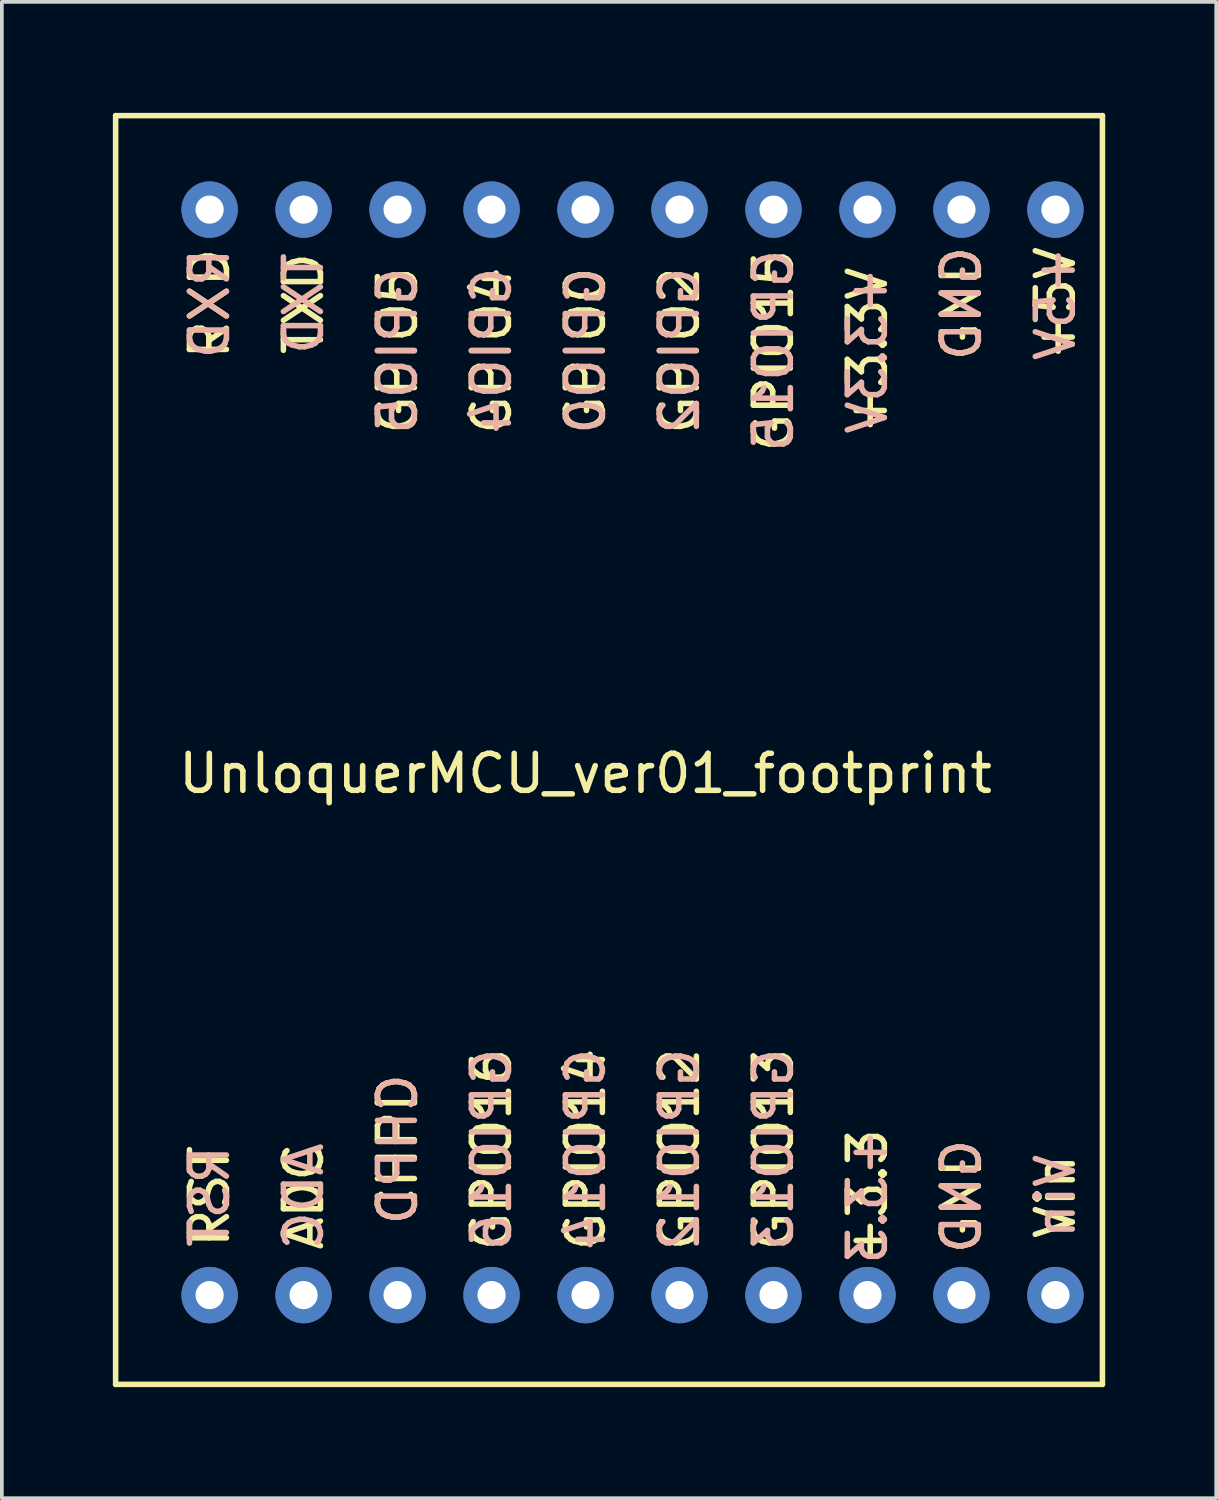
<source format=kicad_pcb>
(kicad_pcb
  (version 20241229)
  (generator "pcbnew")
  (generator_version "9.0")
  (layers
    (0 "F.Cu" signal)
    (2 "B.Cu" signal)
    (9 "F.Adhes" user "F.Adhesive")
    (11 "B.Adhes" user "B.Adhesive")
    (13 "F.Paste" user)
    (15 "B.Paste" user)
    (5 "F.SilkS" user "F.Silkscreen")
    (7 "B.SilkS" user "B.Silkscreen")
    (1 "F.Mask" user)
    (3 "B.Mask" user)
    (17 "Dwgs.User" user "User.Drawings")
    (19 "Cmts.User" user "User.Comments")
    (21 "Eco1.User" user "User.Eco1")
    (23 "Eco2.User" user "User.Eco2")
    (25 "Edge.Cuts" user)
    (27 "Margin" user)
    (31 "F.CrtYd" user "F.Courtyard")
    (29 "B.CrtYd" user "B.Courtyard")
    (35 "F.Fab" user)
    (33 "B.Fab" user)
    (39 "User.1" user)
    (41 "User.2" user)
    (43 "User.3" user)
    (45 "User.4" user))
  (footprint "UnloquerMCU_ver01_footprint"
    (layer "F.Cu")
    (at 12.775 20.395)
    (property "Reference" "UnloquerMCU_ver01_footprint" (at 0 -2.54 0) (layer "F.SilkS") (effects (font (size 1 1) (thickness 0.15))))
    (attr through_hole)
    (fp_line (start -12.7 -20.32) (end 13.97 -20.32) (stroke (width 0.15) (type solid)) (layer "F.SilkS"))
    (fp_line (start -12.7 13.97) (end -12.7 -20.32) (stroke (width 0.15) (type solid)) (layer "F.SilkS"))
    (fp_line (start 13.97 -20.32) (end 13.97 13.97) (stroke (width 0.15) (type solid)) (layer "F.SilkS"))
    (fp_line (start 13.97 13.97) (end -12.7 13.97) (stroke (width 0.15) (type solid)) (layer "F.SilkS"))
    (fp_text user "+3.3V" (at 7.62 -13.97 90) (layer "F.SilkS") (effects (font (size 1 1) (thickness 0.15))))
    (fp_text user "CHPD" (at -5.08 7.62 90) (layer "F.SilkS") (effects (font (size 1 1) (thickness 0.15))))
    (fp_text user "Vin" (at 12.7 8.89 90) (layer "F.SilkS") (effects (font (size 1 1) (thickness 0.15))))
    (fp_text user "GPIO12" (at 2.54 7.62 90) (layer "F.SilkS") (effects (font (size 1 1) (thickness 0.15))))
    (fp_text user "GPIO15" (at 5.08 -13.97 90) (layer "F.SilkS") (effects (font (size 1 1) (thickness 0.15))))
    (fp_text user "GND" (at 10.16 8.89 90) (layer "F.SilkS") (effects (font (size 1 1) (thickness 0.15))))
    (fp_text user "GPIO14" (at 0 7.62 90) (layer "F.SilkS") (effects (font (size 1 1) (thickness 0.15))))
    (fp_text user "ADC" (at -7.62 8.89 90) (layer "F.SilkS") (effects (font (size 1 1) (thickness 0.15))))
    (fp_text user "TXD" (at -7.62 -15.24 90) (layer "F.SilkS") (effects (font (size 1 1) (thickness 0.15))))
    (fp_text user "RST" (at -10.16 8.89 90) (layer "F.SilkS") (effects (font (size 1 1) (thickness 0.15))))
    (fp_text user "GPIO13" (at 5.08 7.62 90) (layer "F.SilkS") (effects (font (size 1 1) (thickness 0.15))))
    (fp_text user "GPIO0" (at 0 -13.97 90) (layer "F.SilkS") (effects (font (size 1 1) (thickness 0.15))))
    (fp_text user "+3.3" (at 7.62 8.89 90) (layer "F.SilkS") (effects (font (size 1 1) (thickness 0.15))))
    (fp_text user "+5V" (at 12.7 -15.24 90) (layer "F.SilkS") (effects (font (size 1 1) (thickness 0.15))))
    (fp_text user "RXD" (at -10.16 -15.24 90) (layer "F.SilkS") (effects (font (size 1 1) (thickness 0.15))))
    (fp_text user "GPIO2" (at 2.54 -13.97 90) (layer "F.SilkS") (effects (font (size 1 1) (thickness 0.15))))
    (fp_text user "GPIO16" (at -2.54 7.62 90) (layer "F.SilkS") (effects (font (size 1 1) (thickness 0.15))))
    (fp_text user "GPIO5" (at -5.08 -13.97 90) (layer "F.SilkS") (effects (font (size 1 1) (thickness 0.15))))
    (fp_text user "GND" (at 10.16 -15.24 90) (layer "F.SilkS") (effects (font (size 1 1) (thickness 0.15))))
    (fp_text user "GPIO4" (at -2.54 -13.97 90) (layer "F.SilkS") (effects (font (size 1 1) (thickness 0.15))))
    (fp_text user "GPIO14" (at 0 7.62 90) (layer "B.SilkS") (effects (font (size 1 1) (thickness 0.15)) (justify mirror)))
    (fp_text user "CHPD" (at -5.08 7.62 90) (layer "B.SilkS") (effects (font (size 1 1) (thickness 0.15)) (justify mirror)))
    (fp_text user "+3.3" (at 7.62 8.89 90) (layer "B.SilkS") (effects (font (size 1 1) (thickness 0.15)) (justify mirror)))
    (fp_text user "+3.3V" (at 7.62 -13.97 90) (layer "B.SilkS") (effects (font (size 1 1) (thickness 0.15)) (justify mirror)))
    (fp_text user "GND" (at 10.16 -15.24 90) (layer "B.SilkS") (effects (font (size 1 1) (thickness 0.15)) (justify mirror)))
    (fp_text user "ADC" (at -7.62 8.89 90) (layer "B.SilkS") (effects (font (size 1 1) (thickness 0.15)) (justify mirror)))
    (fp_text user "GPIO15" (at 5.08 -13.97 90) (layer "B.SilkS") (effects (font (size 1 1) (thickness 0.15)) (justify mirror)))
    (fp_text user "GPIO0" (at 0 -13.97 90) (layer "B.SilkS") (effects (font (size 1 1) (thickness 0.15)) (justify mirror)))
    (fp_text user "GPIO13" (at 5.08 7.62 90) (layer "B.SilkS") (effects (font (size 1 1) (thickness 0.15)) (justify mirror)))
    (fp_text user "RXD" (at -10.16 -15.24 90) (layer "B.SilkS") (effects (font (size 1 1) (thickness 0.15)) (justify mirror)))
    (fp_text user "RST" (at -10.16 8.89 90) (layer "B.SilkS") (effects (font (size 1 1) (thickness 0.15)) (justify mirror)))
    (fp_text user "TXD" (at -7.62 -15.24 90) (layer "B.SilkS") (effects (font (size 1 1) (thickness 0.15)) (justify mirror)))
    (fp_text user "GPIO5" (at -5.08 -13.97 90) (layer "B.SilkS") (effects (font (size 1 1) (thickness 0.15)) (justify mirror)))
    (fp_text user "GPIO12" (at 2.54 7.62 90) (layer "B.SilkS") (effects (font (size 1 1) (thickness 0.15)) (justify mirror)))
    (fp_text user "+5V" (at 12.7 -15.24 90) (layer "B.SilkS") (effects (font (size 1 1) (thickness 0.15)) (justify mirror)))
    (fp_text user "GPIO16" (at -2.54 7.62 90) (layer "B.SilkS") (effects (font (size 1 1) (thickness 0.15)) (justify mirror)))
    (fp_text user "GND" (at 10.16 8.89 90) (layer "B.SilkS") (effects (font (size 1 1) (thickness 0.15)) (justify mirror)))
    (fp_text user "Vin" (at 12.7 8.89 90) (layer "B.SilkS") (effects (font (size 1 1) (thickness 0.15)) (justify mirror)))
    (fp_text user "GPIO4" (at -2.54 -13.97 90) (layer "B.SilkS") (effects (font (size 1 1) (thickness 0.15)) (justify mirror)))
    (fp_text user "GPIO2" (at 2.54 -13.97 90) (layer "B.SilkS") (effects (font (size 1 1) (thickness 0.15)) (justify mirror)))
    (pad "0" thru_hole circle (at 12.7 -17.78) (size 1.524 1.524) (drill 0.762) (layers "*.Cu" "*.Mask"))
    (pad "1" thru_hole circle (at 10.16 -17.78) (size 1.524 1.524) (drill 0.762) (layers "*.Cu" "*.Mask"))
    (pad "2" thru_hole circle (at 7.62 -17.78) (size 1.524 1.524) (drill 0.762) (layers "*.Cu" "*.Mask"))
    (pad "3" thru_hole circle (at 5.08 -17.78) (size 1.524 1.524) (drill 0.762) (layers "*.Cu" "*.Mask"))
    (pad "4" thru_hole circle (at 2.54 -17.78) (size 1.524 1.524) (drill 0.762) (layers "*.Cu" "*.Mask"))
    (pad "5" thru_hole circle (at 0 -17.78) (size 1.524 1.524) (drill 0.762) (layers "*.Cu" "*.Mask"))
    (pad "6" thru_hole circle (at -2.54 -17.78) (size 1.524 1.524) (drill 0.762) (layers "*.Cu" "*.Mask"))
    (pad "7" thru_hole circle (at -5.08 -17.78) (size 1.524 1.524) (drill 0.762) (layers "*.Cu" "*.Mask"))
    (pad "8" thru_hole circle (at -7.62 -17.78) (size 1.524 1.524) (drill 0.762) (layers "*.Cu" "*.Mask"))
    (pad "9" thru_hole circle (at -10.16 -17.78) (size 1.524 1.524) (drill 0.762) (layers "*.Cu" "*.Mask"))
    (pad "10" thru_hole circle (at 12.7 11.557) (size 1.524 1.524) (drill 0.762) (layers "*.Cu" "*.Mask"))
    (pad "11" thru_hole circle (at 10.16 11.557) (size 1.524 1.524) (drill 0.762) (layers "*.Cu" "*.Mask"))
    (pad "12" thru_hole circle (at 7.62 11.557) (size 1.524 1.524) (drill 0.762) (layers "*.Cu" "*.Mask"))
    (pad "13" thru_hole circle (at 5.08 11.557) (size 1.524 1.524) (drill 0.762) (layers "*.Cu" "*.Mask"))
    (pad "14" thru_hole circle (at 2.54 11.557) (size 1.524 1.524) (drill 0.762) (layers "*.Cu" "*.Mask"))
    (pad "15" thru_hole circle (at 0 11.557) (size 1.524 1.524) (drill 0.762) (layers "*.Cu" "*.Mask"))
    (pad "16" thru_hole circle (at -2.54 11.557) (size 1.524 1.524) (drill 0.762) (layers "*.Cu" "*.Mask"))
    (pad "17" thru_hole circle (at -5.08 11.557) (size 1.524 1.524) (drill 0.762) (layers "*.Cu" "*.Mask"))
    (pad "18" thru_hole circle (at -7.62 11.557) (size 1.524 1.524) (drill 0.762) (layers "*.Cu" "*.Mask"))
    (pad "19" thru_hole circle (at -10.16 11.557) (size 1.524 1.524) (drill 0.762) (layers "*.Cu" "*.Mask")))
  (gr_rect
    (start -3 -3)
    (end 29.82 37.44)
    (stroke (width 0.1) (type default))
    (fill no)
    (layer "Edge.Cuts")))
</source>
